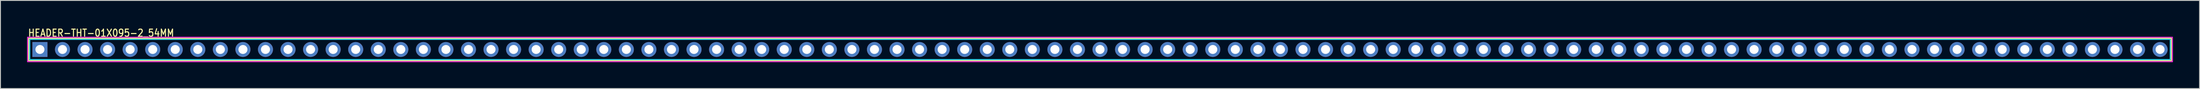
<source format=kicad_pcb>
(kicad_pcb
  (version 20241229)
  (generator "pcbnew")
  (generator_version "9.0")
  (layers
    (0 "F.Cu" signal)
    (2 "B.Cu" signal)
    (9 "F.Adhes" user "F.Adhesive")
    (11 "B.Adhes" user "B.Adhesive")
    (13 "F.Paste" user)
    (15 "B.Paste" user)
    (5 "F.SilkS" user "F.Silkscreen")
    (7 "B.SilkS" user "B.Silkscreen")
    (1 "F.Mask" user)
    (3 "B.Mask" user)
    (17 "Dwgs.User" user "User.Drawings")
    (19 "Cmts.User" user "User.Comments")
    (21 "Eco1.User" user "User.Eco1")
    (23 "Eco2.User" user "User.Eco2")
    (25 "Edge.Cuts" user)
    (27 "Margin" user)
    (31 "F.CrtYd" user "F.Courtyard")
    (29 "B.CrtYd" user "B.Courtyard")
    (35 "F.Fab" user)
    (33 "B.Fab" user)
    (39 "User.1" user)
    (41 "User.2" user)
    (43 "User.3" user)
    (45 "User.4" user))
  (footprint "HEADER-THT-01X095-2_54MM"
    (layer "F.Cu")
    (at 1.447 2.579)
    (property "Reference" "HEADER-THT-01X095-2_54MM" (at -1.4 -1.4 0) (unlocked yes) (layer "F.SilkS") (effects (font (size 0.813 0.695) (thickness 0.122)) (justify left bottom)))
    (fp_line (start -1.27 -1.27) (end -1.27 1.27) (stroke (width 0.127) (type solid)) (layer "F.SilkS"))
    (fp_line (start -1.27 1.27) (end 240.03 1.27) (stroke (width 0.127) (type solid)) (layer "F.SilkS"))
    (fp_line (start 240.03 -1.27) (end -1.27 -1.27) (stroke (width 0.127) (type solid)) (layer "F.SilkS"))
    (fp_line (start 240.03 1.27) (end 240.03 -1.27) (stroke (width 0.127) (type solid)) (layer "F.SilkS"))
    (fp_poly (pts (xy -1.143 -1.143) (xy 239.903 -1.143) (xy 239.903 1.143) (xy -1.143 1.143)) (stroke (width 0.1) (type solid)) (fill no) (layer "B.CrtYd"))
    (fp_poly (pts (xy -1.397 -1.397) (xy 240.157 -1.397) (xy 240.157 1.397) (xy -1.397 1.397)) (stroke (width 0.1) (type solid)) (fill no) (layer "F.CrtYd"))
    (pad "P$1" thru_hole rect (at 0 0) (size 1.693 1.693) (drill 1.016) (layers "*.Cu" "*.Mask"))
    (pad "P$2" thru_hole oval (at 2.54 0) (size 1.693 1.693) (drill 1.016) (layers "*.Cu" "*.Mask"))
    (pad "P$3" thru_hole oval (at 5.08 0) (size 1.693 1.693) (drill 1.016) (layers "*.Cu" "*.Mask"))
    (pad "P$4" thru_hole oval (at 7.62 0) (size 1.693 1.693) (drill 1.016) (layers "*.Cu" "*.Mask"))
    (pad "P$5" thru_hole oval (at 10.16 0) (size 1.693 1.693) (drill 1.016) (layers "*.Cu" "*.Mask"))
    (pad "P$6" thru_hole oval (at 12.7 0) (size 1.693 1.693) (drill 1.016) (layers "*.Cu" "*.Mask"))
    (pad "P$7" thru_hole oval (at 15.24 0) (size 1.693 1.693) (drill 1.016) (layers "*.Cu" "*.Mask"))
    (pad "P$8" thru_hole oval (at 17.78 0) (size 1.693 1.693) (drill 1.016) (layers "*.Cu" "*.Mask"))
    (pad "P$9" thru_hole oval (at 20.32 0) (size 1.693 1.693) (drill 1.016) (layers "*.Cu" "*.Mask"))
    (pad "P$10" thru_hole oval (at 22.86 0) (size 1.693 1.693) (drill 1.016) (layers "*.Cu" "*.Mask"))
    (pad "P$11" thru_hole oval (at 25.4 0) (size 1.693 1.693) (drill 1.016) (layers "*.Cu" "*.Mask"))
    (pad "P$12" thru_hole oval (at 27.94 0) (size 1.693 1.693) (drill 1.016) (layers "*.Cu" "*.Mask"))
    (pad "P$13" thru_hole oval (at 30.48 0) (size 1.693 1.693) (drill 1.016) (layers "*.Cu" "*.Mask"))
    (pad "P$14" thru_hole oval (at 33.02 0) (size 1.693 1.693) (drill 1.016) (layers "*.Cu" "*.Mask"))
    (pad "P$15" thru_hole oval (at 35.56 0) (size 1.693 1.693) (drill 1.016) (layers "*.Cu" "*.Mask"))
    (pad "P$16" thru_hole oval (at 38.1 0) (size 1.693 1.693) (drill 1.016) (layers "*.Cu" "*.Mask"))
    (pad "P$17" thru_hole oval (at 40.64 0) (size 1.693 1.693) (drill 1.016) (layers "*.Cu" "*.Mask"))
    (pad "P$18" thru_hole oval (at 43.18 0) (size 1.693 1.693) (drill 1.016) (layers "*.Cu" "*.Mask"))
    (pad "P$19" thru_hole oval (at 45.72 0) (size 1.693 1.693) (drill 1.016) (layers "*.Cu" "*.Mask"))
    (pad "P$20" thru_hole oval (at 48.26 0) (size 1.693 1.693) (drill 1.016) (layers "*.Cu" "*.Mask"))
    (pad "P$21" thru_hole oval (at 50.8 0) (size 1.693 1.693) (drill 1.016) (layers "*.Cu" "*.Mask"))
    (pad "P$22" thru_hole oval (at 53.34 0) (size 1.693 1.693) (drill 1.016) (layers "*.Cu" "*.Mask"))
    (pad "P$23" thru_hole oval (at 55.88 0) (size 1.693 1.693) (drill 1.016) (layers "*.Cu" "*.Mask"))
    (pad "P$24" thru_hole oval (at 58.42 0) (size 1.693 1.693) (drill 1.016) (layers "*.Cu" "*.Mask"))
    (pad "P$25" thru_hole oval (at 60.96 0) (size 1.693 1.693) (drill 1.016) (layers "*.Cu" "*.Mask"))
    (pad "P$26" thru_hole oval (at 63.5 0) (size 1.693 1.693) (drill 1.016) (layers "*.Cu" "*.Mask"))
    (pad "P$27" thru_hole oval (at 66.04 0) (size 1.693 1.693) (drill 1.016) (layers "*.Cu" "*.Mask"))
    (pad "P$28" thru_hole oval (at 68.58 0) (size 1.693 1.693) (drill 1.016) (layers "*.Cu" "*.Mask"))
    (pad "P$29" thru_hole oval (at 71.12 0) (size 1.693 1.693) (drill 1.016) (layers "*.Cu" "*.Mask"))
    (pad "P$30" thru_hole oval (at 73.66 0) (size 1.693 1.693) (drill 1.016) (layers "*.Cu" "*.Mask"))
    (pad "P$31" thru_hole oval (at 76.2 0) (size 1.693 1.693) (drill 1.016) (layers "*.Cu" "*.Mask"))
    (pad "P$32" thru_hole oval (at 78.74 0) (size 1.693 1.693) (drill 1.016) (layers "*.Cu" "*.Mask"))
    (pad "P$33" thru_hole oval (at 81.28 0) (size 1.693 1.693) (drill 1.016) (layers "*.Cu" "*.Mask"))
    (pad "P$34" thru_hole oval (at 83.82 0) (size 1.693 1.693) (drill 1.016) (layers "*.Cu" "*.Mask"))
    (pad "P$35" thru_hole oval (at 86.36 0) (size 1.693 1.693) (drill 1.016) (layers "*.Cu" "*.Mask"))
    (pad "P$36" thru_hole oval (at 88.9 0) (size 1.693 1.693) (drill 1.016) (layers "*.Cu" "*.Mask"))
    (pad "P$37" thru_hole oval (at 91.44 0) (size 1.693 1.693) (drill 1.016) (layers "*.Cu" "*.Mask"))
    (pad "P$38" thru_hole oval (at 93.98 0) (size 1.693 1.693) (drill 1.016) (layers "*.Cu" "*.Mask"))
    (pad "P$39" thru_hole oval (at 96.52 0) (size 1.693 1.693) (drill 1.016) (layers "*.Cu" "*.Mask"))
    (pad "P$40" thru_hole oval (at 99.06 0) (size 1.693 1.693) (drill 1.016) (layers "*.Cu" "*.Mask"))
    (pad "P$41" thru_hole oval (at 101.6 0) (size 1.693 1.693) (drill 1.016) (layers "*.Cu" "*.Mask"))
    (pad "P$42" thru_hole oval (at 104.14 0) (size 1.693 1.693) (drill 1.016) (layers "*.Cu" "*.Mask"))
    (pad "P$43" thru_hole oval (at 106.68 0) (size 1.693 1.693) (drill 1.016) (layers "*.Cu" "*.Mask"))
    (pad "P$44" thru_hole oval (at 109.22 0) (size 1.693 1.693) (drill 1.016) (layers "*.Cu" "*.Mask"))
    (pad "P$45" thru_hole oval (at 111.76 0) (size 1.693 1.693) (drill 1.016) (layers "*.Cu" "*.Mask"))
    (pad "P$46" thru_hole oval (at 114.3 0) (size 1.693 1.693) (drill 1.016) (layers "*.Cu" "*.Mask"))
    (pad "P$47" thru_hole oval (at 116.84 0) (size 1.693 1.693) (drill 1.016) (layers "*.Cu" "*.Mask"))
    (pad "P$48" thru_hole oval (at 119.38 0) (size 1.693 1.693) (drill 1.016) (layers "*.Cu" "*.Mask"))
    (pad "P$49" thru_hole oval (at 121.92 0) (size 1.693 1.693) (drill 1.016) (layers "*.Cu" "*.Mask"))
    (pad "P$50" thru_hole oval (at 124.46 0) (size 1.693 1.693) (drill 1.016) (layers "*.Cu" "*.Mask"))
    (pad "P$51" thru_hole oval (at 127 0) (size 1.693 1.693) (drill 1.016) (layers "*.Cu" "*.Mask"))
    (pad "P$52" thru_hole oval (at 129.54 0) (size 1.693 1.693) (drill 1.016) (layers "*.Cu" "*.Mask"))
    (pad "P$53" thru_hole oval (at 132.08 0) (size 1.693 1.693) (drill 1.016) (layers "*.Cu" "*.Mask"))
    (pad "P$54" thru_hole oval (at 134.62 0) (size 1.693 1.693) (drill 1.016) (layers "*.Cu" "*.Mask"))
    (pad "P$55" thru_hole oval (at 137.16 0) (size 1.693 1.693) (drill 1.016) (layers "*.Cu" "*.Mask"))
    (pad "P$56" thru_hole oval (at 139.7 0) (size 1.693 1.693) (drill 1.016) (layers "*.Cu" "*.Mask"))
    (pad "P$57" thru_hole oval (at 142.24 0) (size 1.693 1.693) (drill 1.016) (layers "*.Cu" "*.Mask"))
    (pad "P$58" thru_hole oval (at 144.78 0) (size 1.693 1.693) (drill 1.016) (layers "*.Cu" "*.Mask"))
    (pad "P$59" thru_hole oval (at 147.32 0) (size 1.693 1.693) (drill 1.016) (layers "*.Cu" "*.Mask"))
    (pad "P$60" thru_hole oval (at 149.86 0) (size 1.693 1.693) (drill 1.016) (layers "*.Cu" "*.Mask"))
    (pad "P$61" thru_hole oval (at 152.4 0) (size 1.693 1.693) (drill 1.016) (layers "*.Cu" "*.Mask"))
    (pad "P$62" thru_hole oval (at 154.94 0) (size 1.693 1.693) (drill 1.016) (layers "*.Cu" "*.Mask"))
    (pad "P$63" thru_hole oval (at 157.48 0) (size 1.693 1.693) (drill 1.016) (layers "*.Cu" "*.Mask"))
    (pad "P$64" thru_hole oval (at 160.02 0) (size 1.693 1.693) (drill 1.016) (layers "*.Cu" "*.Mask"))
    (pad "P$65" thru_hole oval (at 162.56 0) (size 1.693 1.693) (drill 1.016) (layers "*.Cu" "*.Mask"))
    (pad "P$66" thru_hole oval (at 165.1 0) (size 1.693 1.693) (drill 1.016) (layers "*.Cu" "*.Mask"))
    (pad "P$67" thru_hole oval (at 167.64 0) (size 1.693 1.693) (drill 1.016) (layers "*.Cu" "*.Mask"))
    (pad "P$68" thru_hole oval (at 170.18 0) (size 1.693 1.693) (drill 1.016) (layers "*.Cu" "*.Mask"))
    (pad "P$69" thru_hole oval (at 172.72 0) (size 1.693 1.693) (drill 1.016) (layers "*.Cu" "*.Mask"))
    (pad "P$70" thru_hole oval (at 175.26 0) (size 1.693 1.693) (drill 1.016) (layers "*.Cu" "*.Mask"))
    (pad "P$71" thru_hole oval (at 177.8 0) (size 1.693 1.693) (drill 1.016) (layers "*.Cu" "*.Mask"))
    (pad "P$72" thru_hole oval (at 180.34 0) (size 1.693 1.693) (drill 1.016) (layers "*.Cu" "*.Mask"))
    (pad "P$73" thru_hole oval (at 182.88 0) (size 1.693 1.693) (drill 1.016) (layers "*.Cu" "*.Mask"))
    (pad "P$74" thru_hole oval (at 185.42 0) (size 1.693 1.693) (drill 1.016) (layers "*.Cu" "*.Mask"))
    (pad "P$75" thru_hole oval (at 187.96 0) (size 1.693 1.693) (drill 1.016) (layers "*.Cu" "*.Mask"))
    (pad "P$76" thru_hole oval (at 190.5 0) (size 1.693 1.693) (drill 1.016) (layers "*.Cu" "*.Mask"))
    (pad "P$77" thru_hole oval (at 193.04 0) (size 1.693 1.693) (drill 1.016) (layers "*.Cu" "*.Mask"))
    (pad "P$78" thru_hole oval (at 195.58 0) (size 1.693 1.693) (drill 1.016) (layers "*.Cu" "*.Mask"))
    (pad "P$79" thru_hole oval (at 198.12 0) (size 1.693 1.693) (drill 1.016) (layers "*.Cu" "*.Mask"))
    (pad "P$80" thru_hole oval (at 200.66 0) (size 1.693 1.693) (drill 1.016) (layers "*.Cu" "*.Mask"))
    (pad "P$81" thru_hole oval (at 203.2 0) (size 1.693 1.693) (drill 1.016) (layers "*.Cu" "*.Mask"))
    (pad "P$82" thru_hole oval (at 205.74 0) (size 1.693 1.693) (drill 1.016) (layers "*.Cu" "*.Mask"))
    (pad "P$83" thru_hole oval (at 208.28 0) (size 1.693 1.693) (drill 1.016) (layers "*.Cu" "*.Mask"))
    (pad "P$84" thru_hole oval (at 210.82 0) (size 1.693 1.693) (drill 1.016) (layers "*.Cu" "*.Mask"))
    (pad "P$85" thru_hole oval (at 213.36 0) (size 1.693 1.693) (drill 1.016) (layers "*.Cu" "*.Mask"))
    (pad "P$86" thru_hole oval (at 215.9 0) (size 1.693 1.693) (drill 1.016) (layers "*.Cu" "*.Mask"))
    (pad "P$87" thru_hole oval (at 218.44 0) (size 1.693 1.693) (drill 1.016) (layers "*.Cu" "*.Mask"))
    (pad "P$88" thru_hole oval (at 220.98 0) (size 1.693 1.693) (drill 1.016) (layers "*.Cu" "*.Mask"))
    (pad "P$89" thru_hole oval (at 223.52 0) (size 1.693 1.693) (drill 1.016) (layers "*.Cu" "*.Mask"))
    (pad "P$90" thru_hole oval (at 226.06 0) (size 1.693 1.693) (drill 1.016) (layers "*.Cu" "*.Mask"))
    (pad "P$91" thru_hole oval (at 228.6 0) (size 1.693 1.693) (drill 1.016) (layers "*.Cu" "*.Mask"))
    (pad "P$92" thru_hole oval (at 231.14 0) (size 1.693 1.693) (drill 1.016) (layers "*.Cu" "*.Mask"))
    (pad "P$93" thru_hole oval (at 233.68 0) (size 1.693 1.693) (drill 1.016) (layers "*.Cu" "*.Mask"))
    (pad "P$94" thru_hole oval (at 236.22 0) (size 1.693 1.693) (drill 1.016) (layers "*.Cu" "*.Mask"))
    (pad "P$95" thru_hole oval (at 238.76 0) (size 1.693 1.693) (drill 1.016) (layers "*.Cu" "*.Mask")))
  (gr_rect
    (start -3 -3)
    (end 244.654 7.026)
    (stroke (width 0.1) (type default))
    (fill no)
    (layer "Edge.Cuts")))
</source>
